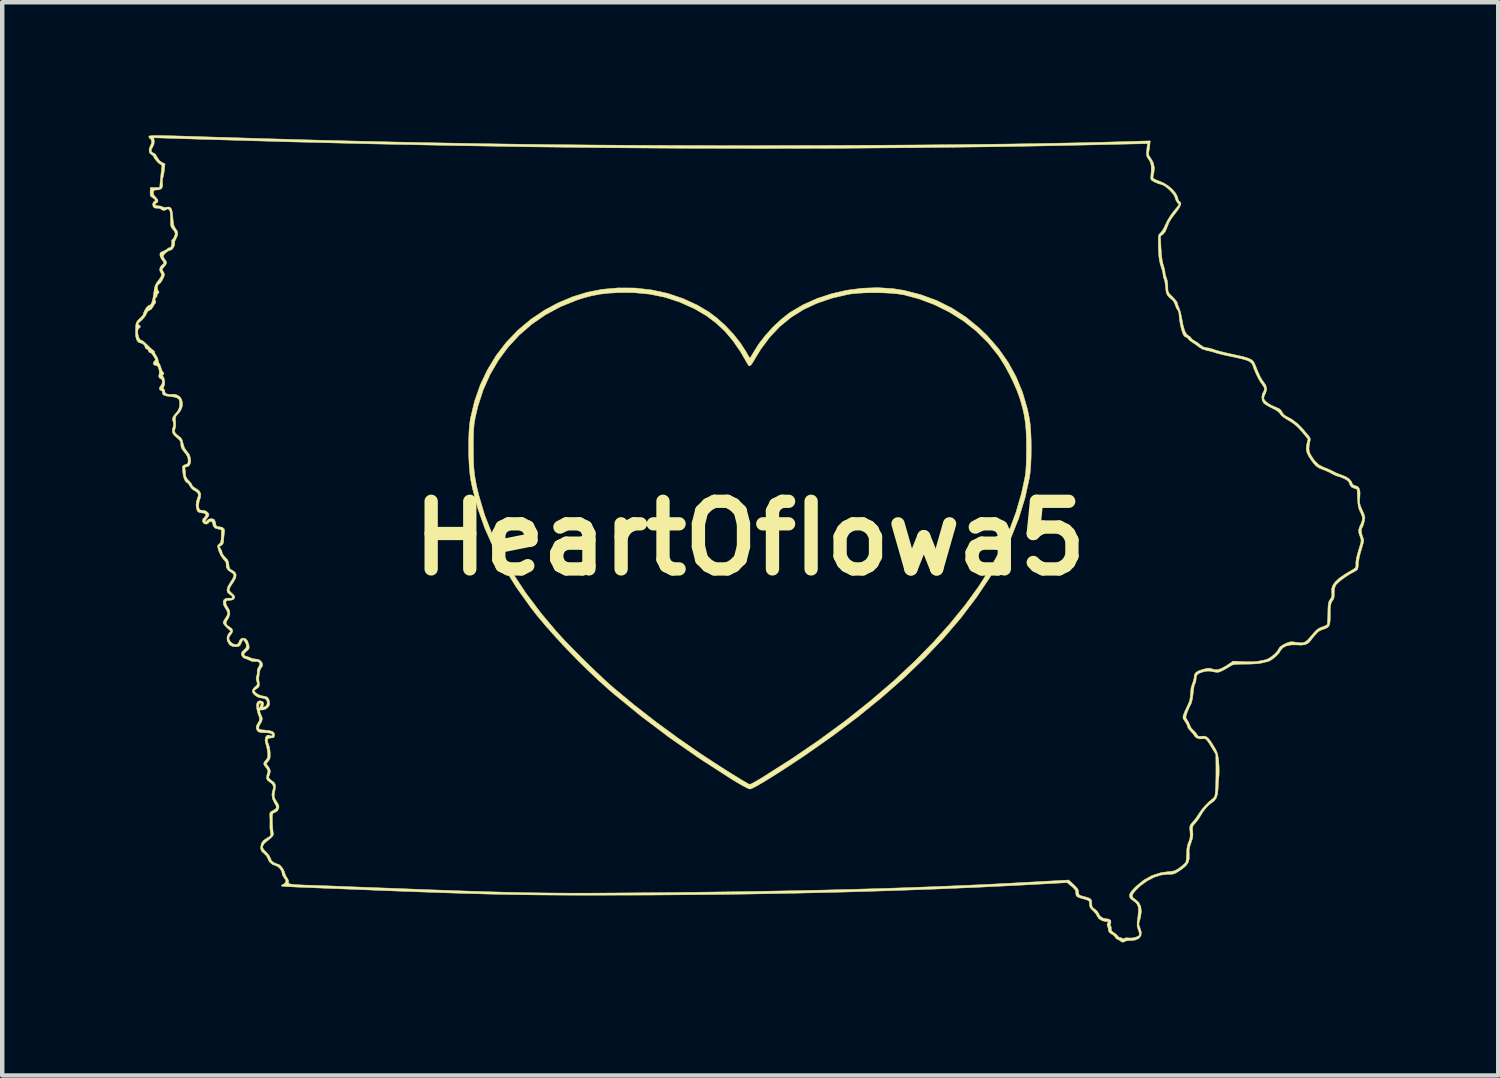
<source format=kicad_pcb>
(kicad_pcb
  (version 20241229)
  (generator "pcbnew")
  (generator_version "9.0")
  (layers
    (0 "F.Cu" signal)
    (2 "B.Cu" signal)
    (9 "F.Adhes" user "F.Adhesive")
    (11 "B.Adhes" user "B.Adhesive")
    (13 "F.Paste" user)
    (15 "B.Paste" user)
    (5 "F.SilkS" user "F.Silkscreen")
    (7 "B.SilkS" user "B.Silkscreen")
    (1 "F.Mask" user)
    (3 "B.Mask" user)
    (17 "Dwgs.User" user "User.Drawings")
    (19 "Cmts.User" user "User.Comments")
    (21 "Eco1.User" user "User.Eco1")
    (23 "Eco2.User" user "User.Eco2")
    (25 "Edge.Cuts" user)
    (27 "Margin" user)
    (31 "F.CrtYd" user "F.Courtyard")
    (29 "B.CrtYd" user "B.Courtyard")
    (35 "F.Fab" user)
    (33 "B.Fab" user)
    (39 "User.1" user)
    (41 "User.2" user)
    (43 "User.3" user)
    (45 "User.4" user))
  (footprint "HeartOfIowa5"
    (layer "F.Cu")
    (at 13.852 9.083)
    (property "Reference" "HeartOfIowa5" (at 0 0 0) (layer "F.SilkS") (effects (font (size 1.524 1.524) (thickness 0.3))))
    (attr through_hole)
    (fp_poly (pts (xy 3.224 -5.628) (xy 3.471 -5.589) (xy 3.856 -5.49) (xy 4.217 -5.357) (xy 4.556 -5.187) (xy 4.874 -4.981) (xy 5.172 -4.737) (xy 5.346 -4.569) (xy 5.601 -4.278) (xy 5.818 -3.97) (xy 5.999 -3.641) (xy 6.144 -3.291) (xy 6.253 -2.918) (xy 6.299 -2.699) (xy 6.317 -2.568) (xy 6.33 -2.406) (xy 6.338 -2.223) (xy 6.34 -2.029) (xy 6.338 -1.835) (xy 6.33 -1.652) (xy 6.317 -1.489) (xy 6.3 -1.365) (xy 6.2 -0.91) (xy 6.061 -0.459) (xy 5.883 -0.011) (xy 5.665 0.435) (xy 5.407 0.881) (xy 5.108 1.327) (xy 4.767 1.776) (xy 4.74 1.81) (xy 4.358 2.256) (xy 3.934 2.701) (xy 3.471 3.146) (xy 2.969 3.587) (xy 2.43 4.026) (xy 1.854 4.459) (xy 1.243 4.888) (xy 1.045 5.02) (xy 0.823 5.166) (xy 0.623 5.295) (xy 0.447 5.406) (xy 0.297 5.498) (xy 0.175 5.569) (xy 0.082 5.619) (xy 0.021 5.646) (xy -0.001 5.651) (xy -0.035 5.64) (xy -0.098 5.61) (xy -0.184 5.563) (xy -0.286 5.504) (xy -0.399 5.436) (xy -0.413 5.427) (xy -1.134 4.962) (xy -1.816 4.488) (xy -2.459 4.003) (xy -3.065 3.508) (xy -3.154 3.432) (xy -3.392 3.219) (xy -3.64 2.986) (xy -3.891 2.739) (xy -4.138 2.485) (xy -4.374 2.23) (xy -4.595 1.982) (xy -4.793 1.746) (xy -4.934 1.566) (xy -5.257 1.115) (xy -5.538 0.666) (xy -5.777 0.218) (xy -5.976 -0.23) (xy -6.135 -0.679) (xy -6.254 -1.13) (xy -6.291 -1.312) (xy -6.312 -1.461) (xy -6.327 -1.638) (xy -6.337 -1.834) (xy -6.34 -2.032) (xy -6.233 -2.032) (xy -6.231 -1.84) (xy -6.227 -1.68) (xy -6.218 -1.54) (xy -6.203 -1.411) (xy -6.181 -1.281) (xy -6.152 -1.14) (xy -6.112 -0.977) (xy -6.106 -0.952) (xy -5.977 -0.519) (xy -5.805 -0.083) (xy -5.593 0.356) (xy -5.339 0.797) (xy -5.045 1.241) (xy -4.71 1.685) (xy -4.366 2.095) (xy -4.253 2.219) (xy -4.116 2.365) (xy -3.96 2.524) (xy -3.794 2.691) (xy -3.623 2.859) (xy -3.454 3.021) (xy -3.295 3.171) (xy -3.153 3.301) (xy -3.069 3.374) (xy -2.616 3.75) (xy -2.134 4.126) (xy -1.634 4.493) (xy -1.13 4.843) (xy -1.122 4.848) (xy -0.975 4.945) (xy -0.824 5.044) (xy -0.674 5.141) (xy -0.528 5.234) (xy -0.391 5.32) (xy -0.268 5.395) (xy -0.163 5.459) (xy -0.081 5.507) (xy -0.026 5.537) (xy -0.002 5.546) (xy 0.026 5.535) (xy 0.082 5.506) (xy 0.16 5.462) (xy 0.252 5.408) (xy 0.287 5.386) (xy 0.941 4.97) (xy 1.566 4.543) (xy 2.159 4.107) (xy 2.718 3.663) (xy 3.24 3.215) (xy 3.712 2.773) (xy 4.133 2.344) (xy 4.513 1.92) (xy 4.854 1.501) (xy 5.156 1.085) (xy 5.42 0.669) (xy 5.648 0.253) (xy 5.84 -0.165) (xy 5.997 -0.588) (xy 6.121 -1.016) (xy 6.195 -1.355) (xy 6.209 -1.442) (xy 6.219 -1.537) (xy 6.226 -1.649) (xy 6.23 -1.784) (xy 6.232 -1.95) (xy 6.233 -2.032) (xy 6.231 -2.253) (xy 6.223 -2.442) (xy 6.207 -2.61) (xy 6.184 -2.765) (xy 6.15 -2.919) (xy 6.105 -3.081) (xy 6.074 -3.18) (xy 6.013 -3.344) (xy 5.933 -3.527) (xy 5.839 -3.717) (xy 5.739 -3.9) (xy 5.638 -4.062) (xy 5.594 -4.127) (xy 5.366 -4.41) (xy 5.106 -4.667) (xy 4.817 -4.896) (xy 4.503 -5.095) (xy 4.166 -5.263) (xy 3.811 -5.397) (xy 3.48 -5.486) (xy 3.349 -5.507) (xy 3.187 -5.523) (xy 3.005 -5.533) (xy 2.814 -5.536) (xy 2.623 -5.534) (xy 2.445 -5.525) (xy 2.289 -5.51) (xy 2.207 -5.497) (xy 1.841 -5.411) (xy 1.506 -5.296) (xy 1.201 -5.153) (xy 0.925 -4.979) (xy 0.675 -4.775) (xy 0.45 -4.538) (xy 0.249 -4.269) (xy 0.126 -4.068) (xy 0.071 -3.975) (xy 0.031 -3.916) (xy 0.000472 -3.888) (xy -0.023 -3.889) (xy -0.044 -3.915) (xy -0.045 -3.917) (xy -0.21 -4.203) (xy -0.381 -4.451) (xy -0.563 -4.666) (xy -0.761 -4.852) (xy -0.978 -5.015) (xy -1.22 -5.158) (xy -1.262 -5.18) (xy -1.585 -5.325) (xy -1.915 -5.433) (xy -2.255 -5.503) (xy -2.612 -5.537) (xy -2.942 -5.539) (xy -3.174 -5.526) (xy -3.379 -5.503) (xy -3.571 -5.466) (xy -3.765 -5.414) (xy -3.917 -5.364) (xy -4.275 -5.218) (xy -4.609 -5.038) (xy -4.916 -4.826) (xy -5.196 -4.584) (xy -5.447 -4.313) (xy -5.668 -4.015) (xy -5.856 -3.693) (xy -6.011 -3.347) (xy -6.13 -2.98) (xy -6.185 -2.746) (xy -6.202 -2.66) (xy -6.214 -2.58) (xy -6.222 -2.498) (xy -6.228 -2.405) (xy -6.231 -2.292) (xy -6.233 -2.152) (xy -6.233 -2.032) (xy -6.34 -2.032) (xy -6.34 -2.038) (xy -6.338 -2.24) (xy -6.33 -2.429) (xy -6.315 -2.594) (xy -6.3 -2.699) (xy -6.208 -3.085) (xy -6.08 -3.452) (xy -5.916 -3.798) (xy -5.719 -4.121) (xy -5.49 -4.419) (xy -5.229 -4.691) (xy -4.939 -4.935) (xy -4.622 -5.147) (xy -4.329 -5.304) (xy -3.997 -5.444) (xy -3.667 -5.546) (xy -3.329 -5.612) (xy -2.974 -5.644) (xy -2.594 -5.642) (xy -2.221 -5.6) (xy -1.859 -5.522) (xy -1.513 -5.406) (xy -1.184 -5.255) (xy -0.931 -5.105) (xy -0.74 -4.962) (xy -0.55 -4.791) (xy -0.373 -4.601) (xy -0.216 -4.404) (xy -0.089 -4.208) (xy -0.08 -4.19) (xy -0.044 -4.127) (xy -0.015 -4.082) (xy -0.000095 -4.065) (xy 0 -4.065) (xy 0.015 -4.082) (xy 0.043 -4.126) (xy 0.079 -4.188) (xy 0.198 -4.379) (xy 0.349 -4.573) (xy 0.519 -4.761) (xy 0.701 -4.932) (xy 0.885 -5.077) (xy 0.912 -5.095) (xy 1.196 -5.263) (xy 1.507 -5.403) (xy 1.837 -5.512) (xy 2.18 -5.591) (xy 2.53 -5.637) (xy 2.88 -5.65) (xy 3.224 -5.628)) (stroke (width 0.01) (type solid)) (fill yes) (layer "F.SilkS"))
    (fp_poly (pts (xy -13.323 -9.078) (xy -13.226 -9.077) (xy -13.104 -9.074) (xy -12.954 -9.07) (xy -12.774 -9.065) (xy -12.561 -9.058) (xy -12.311 -9.05) (xy -12.023 -9.041) (xy -11.949 -9.039) (xy -10.938 -9.008) (xy -9.954 -8.98) (xy -8.992 -8.955) (xy -8.045 -8.933) (xy -7.11 -8.914) (xy -6.18 -8.897) (xy -5.251 -8.883) (xy -4.317 -8.872) (xy -3.372 -8.863) (xy -2.411 -8.857) (xy -1.43 -8.853) (xy -0.423 -8.851) (xy 0.616 -8.852) (xy 1.692 -8.855) (xy 1.736 -8.855) (xy 2.516 -8.858) (xy 3.257 -8.862) (xy 3.959 -8.867) (xy 4.625 -8.873) (xy 5.256 -8.88) (xy 5.856 -8.887) (xy 6.426 -8.896) (xy 6.967 -8.906) (xy 7.483 -8.916) (xy 7.975 -8.928) (xy 8.445 -8.941) (xy 8.549 -8.944) (xy 9.023 -8.958) (xy 9.011 -8.845) (xy 9.002 -8.772) (xy 8.991 -8.711) (xy 8.986 -8.688) (xy 8.988 -8.642) (xy 9.024 -8.58) (xy 9.036 -8.565) (xy 9.093 -8.462) (xy 9.117 -8.347) (xy 9.105 -8.235) (xy 9.102 -8.224) (xy 9.088 -8.167) (xy 9.086 -8.125) (xy 9.087 -8.12) (xy 9.112 -8.099) (xy 9.164 -8.074) (xy 9.217 -8.055) (xy 9.328 -8.008) (xy 9.434 -7.94) (xy 9.526 -7.86) (xy 9.598 -7.774) (xy 9.641 -7.69) (xy 9.651 -7.638) (xy 9.669 -7.601) (xy 9.684 -7.591) (xy 9.712 -7.564) (xy 9.709 -7.515) (xy 9.673 -7.443) (xy 9.605 -7.347) (xy 9.581 -7.317) (xy 9.499 -7.209) (xy 9.443 -7.115) (xy 9.408 -7.024) (xy 9.408 -7.024) (xy 9.367 -6.922) (xy 9.318 -6.859) (xy 9.311 -6.853) (xy 9.253 -6.81) (xy 9.265 -6.543) (xy 9.277 -6.374) (xy 9.296 -6.242) (xy 9.317 -6.161) (xy 9.339 -6.087) (xy 9.353 -6.019) (xy 9.356 -5.989) (xy 9.366 -5.928) (xy 9.387 -5.871) (xy 9.406 -5.813) (xy 9.417 -5.73) (xy 9.419 -5.677) (xy 9.42 -5.606) (xy 9.429 -5.559) (xy 9.451 -5.519) (xy 9.493 -5.473) (xy 9.525 -5.442) (xy 9.578 -5.387) (xy 9.616 -5.34) (xy 9.631 -5.312) (xy 9.631 -5.312) (xy 9.639 -5.276) (xy 9.66 -5.221) (xy 9.67 -5.198) (xy 9.693 -5.132) (xy 9.717 -5.044) (xy 9.734 -4.956) (xy 9.764 -4.798) (xy 9.798 -4.681) (xy 9.837 -4.606) (xy 9.878 -4.571) (xy 9.921 -4.544) (xy 9.941 -4.519) (xy 9.967 -4.487) (xy 10.015 -4.454) (xy 10.02 -4.452) (xy 10.08 -4.415) (xy 10.144 -4.367) (xy 10.155 -4.357) (xy 10.224 -4.313) (xy 10.287 -4.297) (xy 10.343 -4.289) (xy 10.416 -4.269) (xy 10.453 -4.256) (xy 10.509 -4.238) (xy 10.597 -4.214) (xy 10.707 -4.186) (xy 10.83 -4.158) (xy 10.912 -4.14) (xy 11.057 -4.109) (xy 11.166 -4.081) (xy 11.246 -4.055) (xy 11.302 -4.027) (xy 11.341 -3.994) (xy 11.368 -3.954) (xy 11.388 -3.908) (xy 11.449 -3.757) (xy 11.503 -3.639) (xy 11.551 -3.558) (xy 11.571 -3.533) (xy 11.629 -3.447) (xy 11.648 -3.361) (xy 11.625 -3.278) (xy 11.619 -3.267) (xy 11.592 -3.209) (xy 11.581 -3.157) (xy 11.582 -3.15) (xy 11.607 -3.104) (xy 11.664 -3.053) (xy 11.746 -3.002) (xy 11.845 -2.958) (xy 11.859 -2.953) (xy 11.93 -2.921) (xy 11.973 -2.883) (xy 11.992 -2.847) (xy 12.036 -2.785) (xy 12.084 -2.753) (xy 12.219 -2.68) (xy 12.351 -2.579) (xy 12.461 -2.465) (xy 12.516 -2.399) (xy 12.566 -2.34) (xy 12.6 -2.302) (xy 12.602 -2.301) (xy 12.63 -2.248) (xy 12.627 -2.205) (xy 12.605 -2.094) (xy 12.6 -2.011) (xy 12.611 -1.944) (xy 12.632 -1.893) (xy 12.719 -1.758) (xy 12.821 -1.659) (xy 12.935 -1.599) (xy 12.937 -1.599) (xy 13.02 -1.567) (xy 13.103 -1.53) (xy 13.134 -1.514) (xy 13.209 -1.476) (xy 13.287 -1.444) (xy 13.303 -1.439) (xy 13.427 -1.391) (xy 13.513 -1.336) (xy 13.56 -1.274) (xy 13.564 -1.261) (xy 13.587 -1.211) (xy 13.629 -1.19) (xy 13.638 -1.189) (xy 13.699 -1.168) (xy 13.736 -1.119) (xy 13.752 -1.039) (xy 13.748 -0.933) (xy 13.742 -0.853) (xy 13.744 -0.794) (xy 13.758 -0.738) (xy 13.787 -0.668) (xy 13.802 -0.636) (xy 13.836 -0.558) (xy 13.855 -0.505) (xy 13.86 -0.46) (xy 13.853 -0.41) (xy 13.845 -0.37) (xy 13.827 -0.305) (xy 13.809 -0.257) (xy 13.799 -0.243) (xy 13.783 -0.21) (xy 13.782 -0.151) (xy 13.796 -0.079) (xy 13.812 -0.032) (xy 13.829 0.014) (xy 13.834 0.055) (xy 13.825 0.104) (xy 13.804 0.177) (xy 13.761 0.322) (xy 13.732 0.44) (xy 13.716 0.541) (xy 13.711 0.603) (xy 13.705 0.668) (xy 13.69 0.706) (xy 13.656 0.733) (xy 13.621 0.751) (xy 13.531 0.801) (xy 13.436 0.861) (xy 13.346 0.925) (xy 13.27 0.986) (xy 13.217 1.037) (xy 13.202 1.057) (xy 13.175 1.135) (xy 13.17 1.236) (xy 13.167 1.325) (xy 13.148 1.381) (xy 13.142 1.39) (xy 13.114 1.428) (xy 13.096 1.472) (xy 13.085 1.531) (xy 13.08 1.614) (xy 13.08 1.73) (xy 13.08 1.73) (xy 13.078 1.845) (xy 13.069 1.926) (xy 13.047 1.981) (xy 13.01 2.016) (xy 12.953 2.041) (xy 12.917 2.052) (xy 12.854 2.076) (xy 12.806 2.106) (xy 12.8 2.111) (xy 12.736 2.182) (xy 12.692 2.233) (xy 12.66 2.275) (xy 12.645 2.296) (xy 12.59 2.358) (xy 12.519 2.395) (xy 12.424 2.407) (xy 12.331 2.403) (xy 12.205 2.402) (xy 12.097 2.423) (xy 12.015 2.463) (xy 11.964 2.52) (xy 11.958 2.532) (xy 11.923 2.588) (xy 11.863 2.652) (xy 11.792 2.712) (xy 11.721 2.758) (xy 11.675 2.777) (xy 11.61 2.792) (xy 11.536 2.81) (xy 11.525 2.813) (xy 11.471 2.822) (xy 11.387 2.829) (xy 11.283 2.834) (xy 11.17 2.836) (xy 11.165 2.836) (xy 11.049 2.837) (xy 10.967 2.84) (xy 10.91 2.846) (xy 10.869 2.857) (xy 10.837 2.873) (xy 10.827 2.88) (xy 10.77 2.915) (xy 10.697 2.957) (xy 10.659 2.977) (xy 10.596 3.007) (xy 10.548 3.02) (xy 10.495 3.017) (xy 10.436 3.006) (xy 10.355 2.993) (xy 10.288 2.994) (xy 10.209 3.012) (xy 10.199 3.015) (xy 10.122 3.043) (xy 10.078 3.078) (xy 10.059 3.13) (xy 10.054 3.197) (xy 10.045 3.248) (xy 10.03 3.276) (xy 10.017 3.306) (xy 10.005 3.369) (xy 9.994 3.451) (xy 9.99 3.491) (xy 9.973 3.622) (xy 9.949 3.715) (xy 9.932 3.751) (xy 9.9 3.813) (xy 9.867 3.892) (xy 9.853 3.929) (xy 9.832 3.993) (xy 9.826 4.032) (xy 9.835 4.063) (xy 9.859 4.1) (xy 9.894 4.16) (xy 9.917 4.218) (xy 9.918 4.219) (xy 9.944 4.272) (xy 9.989 4.322) (xy 9.99 4.324) (xy 10.039 4.371) (xy 10.074 4.42) (xy 10.075 4.421) (xy 10.098 4.454) (xy 10.133 4.464) (xy 10.182 4.46) (xy 10.238 4.458) (xy 10.284 4.47) (xy 10.329 4.504) (xy 10.377 4.564) (xy 10.436 4.655) (xy 10.447 4.672) (xy 10.495 4.754) (xy 10.526 4.819) (xy 10.545 4.883) (xy 10.558 4.96) (xy 10.566 5.038) (xy 10.574 5.144) (xy 10.576 5.252) (xy 10.573 5.342) (xy 10.571 5.366) (xy 10.562 5.458) (xy 10.555 5.566) (xy 10.552 5.641) (xy 10.54 5.766) (xy 10.509 5.858) (xy 10.458 5.924) (xy 10.41 5.957) (xy 10.348 6.003) (xy 10.278 6.077) (xy 10.21 6.164) (xy 10.155 6.255) (xy 10.151 6.261) (xy 10.115 6.32) (xy 10.064 6.387) (xy 10.041 6.414) (xy 9.997 6.465) (xy 9.977 6.506) (xy 9.975 6.554) (xy 9.98 6.608) (xy 9.985 6.684) (xy 9.976 6.755) (xy 9.95 6.84) (xy 9.943 6.858) (xy 9.912 6.954) (xy 9.899 7.037) (xy 9.901 7.127) (xy 9.901 7.225) (xy 9.879 7.304) (xy 9.832 7.374) (xy 9.753 7.443) (xy 9.69 7.487) (xy 9.618 7.533) (xy 9.564 7.559) (xy 9.512 7.571) (xy 9.445 7.573) (xy 9.419 7.572) (xy 9.27 7.588) (xy 9.112 7.638) (xy 8.955 7.719) (xy 8.807 7.826) (xy 8.758 7.871) (xy 8.679 7.952) (xy 8.632 8.013) (xy 8.618 8.06) (xy 8.633 8.098) (xy 8.677 8.132) (xy 8.678 8.132) (xy 8.76 8.201) (xy 8.809 8.294) (xy 8.823 8.41) (xy 8.803 8.546) (xy 8.791 8.586) (xy 8.772 8.653) (xy 8.767 8.698) (xy 8.776 8.74) (xy 8.793 8.78) (xy 8.822 8.878) (xy 8.813 8.958) (xy 8.768 9.017) (xy 8.689 9.054) (xy 8.584 9.065) (xy 8.517 9.068) (xy 8.469 9.076) (xy 8.454 9.084) (xy 8.429 9.098) (xy 8.392 9.101) (xy 8.364 9.092) (xy 8.361 9.085) (xy 8.343 9.067) (xy 8.3 9.046) (xy 8.297 9.045) (xy 8.253 9.02) (xy 8.234 8.994) (xy 8.234 8.992) (xy 8.217 8.966) (xy 8.174 8.932) (xy 8.154 8.921) (xy 8.098 8.881) (xy 8.08 8.842) (xy 8.08 8.836) (xy 8.074 8.785) (xy 8.061 8.748) (xy 8.048 8.702) (xy 8.064 8.668) (xy 8.076 8.647) (xy 8.06 8.638) (xy 8.017 8.636) (xy 7.938 8.619) (xy 7.869 8.576) (xy 7.825 8.515) (xy 7.82 8.503) (xy 7.796 8.461) (xy 7.751 8.41) (xy 7.729 8.389) (xy 7.679 8.339) (xy 7.656 8.293) (xy 7.652 8.243) (xy 7.65 8.2) (xy 7.639 8.173) (xy 7.608 8.155) (xy 7.55 8.136) (xy 7.525 8.129) (xy 7.438 8.104) (xy 7.385 8.083) (xy 7.357 8.059) (xy 7.346 8.026) (xy 7.345 7.992) (xy 7.339 7.945) (xy 7.315 7.904) (xy 7.265 7.856) (xy 7.246 7.841) (xy 7.148 7.76) (xy 6.077 7.818) (xy 5.147 7.864) (xy 4.178 7.905) (xy 3.174 7.941) (xy 2.137 7.972) (xy 1.072 7.997) (xy -0.018 8.017) (xy -1.13 8.031) (xy -2.261 8.04) (xy -3.406 8.043) (xy -3.461 8.043) (xy -3.804 8.043) (xy -4.127 8.042) (xy -4.435 8.04) (xy -4.731 8.038) (xy -5.021 8.034) (xy -5.308 8.03) (xy -5.598 8.024) (xy -5.894 8.018) (xy -6.201 8.009) (xy -6.524 8) (xy -6.867 7.989) (xy -7.234 7.976) (xy -7.63 7.962) (xy -8.059 7.946) (xy -8.526 7.928) (xy -8.53 7.927) (xy -8.869 7.914) (xy -9.167 7.902) (xy -9.428 7.892) (xy -9.655 7.883) (xy -9.849 7.875) (xy -10.013 7.868) (xy -10.15 7.863) (xy -10.262 7.858) (xy -10.351 7.853) (xy -10.421 7.85) (xy -10.473 7.847) (xy -10.511 7.844) (xy -10.536 7.841) (xy -10.551 7.839) (xy -10.559 7.837) (xy -10.562 7.834) (xy -10.562 7.832) (xy -10.545 7.813) (xy -10.509 7.793) (xy -10.466 7.756) (xy -10.461 7.708) (xy -10.494 7.656) (xy -10.499 7.652) (xy -10.531 7.604) (xy -10.541 7.562) (xy -10.559 7.493) (xy -10.603 7.43) (xy -10.662 7.388) (xy -10.684 7.381) (xy -10.764 7.349) (xy -10.829 7.293) (xy -10.864 7.225) (xy -10.865 7.22) (xy -10.894 7.161) (xy -10.949 7.104) (xy -10.953 7.101) (xy -11.003 7.056) (xy -11.024 7.011) (xy -11.028 6.966) (xy -11.013 6.879) (xy -10.965 6.81) (xy -10.879 6.752) (xy -10.876 6.75) (xy -10.824 6.721) (xy -10.801 6.696) (xy -10.8 6.659) (xy -10.806 6.629) (xy -10.816 6.563) (xy -10.819 6.507) (xy -10.819 6.503) (xy -10.817 6.356) (xy -10.822 6.245) (xy -10.821 6.195) (xy -10.802 6.164) (xy -10.754 6.137) (xy -10.747 6.133) (xy -10.693 6.101) (xy -10.672 6.066) (xy -10.684 6.018) (xy -10.721 5.956) (xy -10.761 5.869) (xy -10.774 5.775) (xy -10.759 5.688) (xy -10.751 5.669) (xy -10.737 5.604) (xy -10.762 5.543) (xy -10.816 5.499) (xy -10.873 5.456) (xy -10.896 5.407) (xy -10.887 5.338) (xy -10.88 5.313) (xy -10.864 5.257) (xy -10.869 5.219) (xy -10.898 5.177) (xy -10.908 5.164) (xy -10.948 5.113) (xy -10.96 5.077) (xy -10.945 5.041) (xy -10.912 5) (xy -10.881 4.957) (xy -10.868 4.914) (xy -10.869 4.853) (xy -10.872 4.824) (xy -10.884 4.741) (xy -10.903 4.66) (xy -10.913 4.631) (xy -10.929 4.556) (xy -10.922 4.493) (xy -10.897 4.449) (xy -10.856 4.433) (xy -10.819 4.443) (xy -10.779 4.455) (xy -10.762 4.441) (xy -10.777 4.41) (xy -10.815 4.392) (xy -10.89 4.382) (xy -10.932 4.381) (xy -11.015 4.378) (xy -11.067 4.366) (xy -11.099 4.343) (xy -11.13 4.282) (xy -11.12 4.216) (xy -11.091 4.17) (xy -11.054 4.099) (xy -11.058 4.03) (xy -11.071 4) (xy -11.087 3.956) (xy -11.105 3.889) (xy -11.113 3.851) (xy -11.119 3.785) (xy -11.069 3.785) (xy -11.069 3.842) (xy -11.04 3.789) (xy -11.022 3.746) (xy -11.021 3.72) (xy -11.041 3.71) (xy -11.059 3.731) (xy -11.069 3.774) (xy -11.069 3.785) (xy -11.119 3.785) (xy -11.122 3.755) (xy -11.105 3.693) (xy -11.064 3.664) (xy -11.042 3.662) (xy -10.984 3.675) (xy -10.959 3.713) (xy -10.965 3.76) (xy -10.976 3.799) (xy -10.964 3.807) (xy -10.921 3.788) (xy -10.921 3.788) (xy -10.888 3.75) (xy -10.879 3.696) (xy -10.895 3.644) (xy -10.921 3.62) (xy -10.974 3.603) (xy -11.019 3.598) (xy -11.078 3.584) (xy -11.139 3.55) (xy -11.19 3.504) (xy -11.217 3.457) (xy -11.218 3.445) (xy -11.203 3.403) (xy -11.165 3.356) (xy -11.154 3.346) (xy -11.114 3.308) (xy -11.101 3.277) (xy -11.112 3.236) (xy -11.116 3.224) (xy -11.131 3.16) (xy -11.118 3.105) (xy -11.118 3.105) (xy -11.104 3.048) (xy -11.106 3.006) (xy -11.101 2.95) (xy -11.074 2.901) (xy -11.047 2.842) (xy -11.056 2.799) (xy -11.097 2.776) (xy -11.145 2.778) (xy -11.219 2.774) (xy -11.28 2.75) (xy -11.334 2.724) (xy -11.373 2.71) (xy -11.379 2.709) (xy -11.41 2.695) (xy -11.439 2.669) (xy -11.464 2.615) (xy -11.45 2.56) (xy -11.397 2.51) (xy -11.355 2.46) (xy -11.349 2.398) (xy -11.382 2.331) (xy -11.385 2.326) (xy -11.425 2.277) (xy -11.465 2.361) (xy -11.493 2.413) (xy -11.523 2.437) (xy -11.57 2.443) (xy -11.598 2.443) (xy -11.669 2.434) (xy -11.717 2.407) (xy -11.741 2.383) (xy -11.781 2.309) (xy -11.787 2.229) (xy -11.758 2.156) (xy -11.745 2.14) (xy -11.701 2.093) (xy -11.788 2.013) (xy -11.836 1.963) (xy -11.867 1.921) (xy -11.874 1.902) (xy -11.863 1.866) (xy -11.833 1.815) (xy -11.822 1.799) (xy -11.78 1.73) (xy -11.773 1.67) (xy -11.801 1.608) (xy -11.822 1.579) (xy -11.864 1.502) (xy -11.874 1.434) (xy -11.854 1.381) (xy -11.806 1.35) (xy -11.737 1.348) (xy -11.682 1.349) (xy -11.662 1.33) (xy -11.678 1.299) (xy -11.726 1.263) (xy -11.775 1.219) (xy -11.788 1.163) (xy -11.768 1.089) (xy -11.719 1.005) (xy -11.665 0.921) (xy -11.636 0.862) (xy -11.632 0.822) (xy -11.65 0.793) (xy -11.678 0.776) (xy -11.759 0.72) (xy -11.801 0.657) (xy -11.805 0.601) (xy -11.806 0.555) (xy -11.832 0.509) (xy -11.864 0.475) (xy -11.919 0.401) (xy -11.964 0.305) (xy -11.971 0.285) (xy -11.991 0.218) (xy -11.998 0.178) (xy -11.991 0.155) (xy -11.97 0.135) (xy -11.963 0.13) (xy -11.932 0.092) (xy -11.919 0.035) (xy -11.917 0) (xy -11.916 -0.072) (xy -11.912 -0.135) (xy -11.911 -0.148) (xy -11.913 -0.184) (xy -11.937 -0.201) (xy -11.98 -0.208) (xy -12.055 -0.229) (xy -12.097 -0.278) (xy -12.107 -0.332) (xy -12.122 -0.37) (xy -12.156 -0.382) (xy -12.189 -0.366) (xy -12.2 -0.348) (xy -12.231 -0.323) (xy -12.271 -0.321) (xy -12.319 -0.343) (xy -12.339 -0.385) (xy -12.33 -0.435) (xy -12.296 -0.473) (xy -12.262 -0.511) (xy -12.267 -0.545) (xy -12.306 -0.567) (xy -12.347 -0.572) (xy -12.404 -0.58) (xy -12.444 -0.601) (xy -12.445 -0.602) (xy -12.474 -0.665) (xy -12.484 -0.749) (xy -12.473 -0.839) (xy -12.455 -0.892) (xy -12.432 -0.965) (xy -12.442 -1.018) (xy -12.489 -1.059) (xy -12.524 -1.077) (xy -12.579 -1.117) (xy -12.622 -1.175) (xy -12.623 -1.177) (xy -12.65 -1.224) (xy -12.674 -1.248) (xy -12.678 -1.249) (xy -12.709 -1.268) (xy -12.74 -1.316) (xy -12.765 -1.383) (xy -12.777 -1.445) (xy -12.784 -1.515) (xy -12.789 -1.577) (xy -12.79 -1.587) (xy -12.786 -1.627) (xy -12.755 -1.651) (xy -12.728 -1.66) (xy -12.684 -1.678) (xy -12.665 -1.706) (xy -12.662 -1.759) (xy -12.662 -1.762) (xy -12.67 -1.823) (xy -12.699 -1.881) (xy -12.745 -1.94) (xy -12.796 -2.006) (xy -12.821 -2.061) (xy -12.827 -2.116) (xy -12.832 -2.17) (xy -12.853 -2.211) (xy -12.899 -2.255) (xy -12.914 -2.266) (xy -12.983 -2.33) (xy -13.017 -2.388) (xy -13.019 -2.448) (xy -13.005 -2.493) (xy -12.988 -2.567) (xy -12.997 -2.616) (xy -13.014 -2.673) (xy -13.01 -2.719) (xy -12.982 -2.767) (xy -12.94 -2.816) (xy -12.888 -2.884) (xy -12.861 -2.951) (xy -12.854 -3.001) (xy -12.852 -3.08) (xy -12.87 -3.133) (xy -12.912 -3.166) (xy -12.985 -3.186) (xy -13.058 -3.195) (xy -13.158 -3.209) (xy -13.22 -3.232) (xy -13.245 -3.265) (xy -13.241 -3.295) (xy -13.251 -3.319) (xy -13.273 -3.33) (xy -13.308 -3.355) (xy -13.308 -3.396) (xy -13.276 -3.446) (xy -13.274 -3.448) (xy -13.25 -3.49) (xy -13.244 -3.539) (xy -13.255 -3.581) (xy -13.282 -3.598) (xy -13.282 -3.598) (xy -13.313 -3.616) (xy -13.326 -3.656) (xy -13.317 -3.697) (xy -13.311 -3.738) (xy -13.318 -3.798) (xy -13.322 -3.812) (xy -13.342 -3.868) (xy -13.369 -3.892) (xy -13.39 -3.895) (xy -13.435 -3.91) (xy -13.45 -3.945) (xy -13.43 -3.987) (xy -13.429 -3.988) (xy -13.407 -4.012) (xy -13.402 -4.035) (xy -13.417 -4.067) (xy -13.451 -4.119) (xy -13.483 -4.162) (xy -13.502 -4.182) (xy -13.504 -4.181) (xy -13.517 -4.179) (xy -13.536 -4.191) (xy -13.557 -4.22) (xy -13.557 -4.233) (xy -13.566 -4.251) (xy -13.589 -4.261) (xy -13.624 -4.285) (xy -13.631 -4.308) (xy -13.649 -4.353) (xy -13.692 -4.389) (xy -13.738 -4.402) (xy -13.788 -4.423) (xy -13.825 -4.477) (xy -13.845 -4.557) (xy -13.847 -4.601) (xy -13.847 -4.652) (xy -13.798 -4.652) (xy -13.791 -4.588) (xy -13.773 -4.526) (xy -13.747 -4.481) (xy -13.719 -4.466) (xy -13.687 -4.452) (xy -13.638 -4.413) (xy -13.58 -4.358) (xy -13.572 -4.35) (xy -13.516 -4.294) (xy -13.47 -4.253) (xy -13.443 -4.234) (xy -13.44 -4.233) (xy -13.422 -4.216) (xy -13.42 -4.2) (xy -13.407 -4.16) (xy -13.377 -4.112) (xy -13.377 -4.112) (xy -13.347 -4.059) (xy -13.335 -4.009) (xy -13.328 -3.967) (xy -13.317 -3.949) (xy -13.301 -3.924) (xy -13.281 -3.872) (xy -13.272 -3.842) (xy -13.252 -3.786) (xy -13.234 -3.751) (xy -13.226 -3.747) (xy -13.21 -3.729) (xy -13.208 -3.715) (xy -13.221 -3.687) (xy -13.232 -3.683) (xy -13.24 -3.671) (xy -13.222 -3.644) (xy -13.198 -3.595) (xy -13.188 -3.527) (xy -13.192 -3.46) (xy -13.212 -3.411) (xy -13.213 -3.409) (xy -13.229 -3.384) (xy -13.213 -3.372) (xy -13.193 -3.345) (xy -13.187 -3.312) (xy -13.178 -3.275) (xy -13.145 -3.255) (xy -13.114 -3.248) (xy -13.06 -3.242) (xy -13.024 -3.245) (xy -13.022 -3.246) (xy -12.991 -3.249) (xy -12.938 -3.24) (xy -12.924 -3.236) (xy -12.853 -3.198) (xy -12.808 -3.133) (xy -12.789 -3.052) (xy -12.796 -2.964) (xy -12.831 -2.877) (xy -12.882 -2.813) (xy -12.926 -2.768) (xy -12.946 -2.73) (xy -12.949 -2.682) (xy -12.944 -2.633) (xy -12.941 -2.546) (xy -12.952 -2.478) (xy -12.955 -2.472) (xy -12.968 -2.419) (xy -12.952 -2.374) (xy -12.902 -2.326) (xy -12.871 -2.303) (xy -12.825 -2.265) (xy -12.796 -2.218) (xy -12.777 -2.146) (xy -12.775 -2.138) (xy -12.743 -2.036) (xy -12.691 -1.962) (xy -12.687 -1.958) (xy -12.637 -1.891) (xy -12.61 -1.815) (xy -12.603 -1.739) (xy -12.616 -1.674) (xy -12.65 -1.627) (xy -12.703 -1.609) (xy -12.706 -1.609) (xy -12.735 -1.599) (xy -12.734 -1.575) (xy -12.726 -1.533) (xy -12.721 -1.471) (xy -12.721 -1.458) (xy -12.714 -1.396) (xy -12.687 -1.344) (xy -12.647 -1.3) (xy -12.604 -1.252) (xy -12.577 -1.211) (xy -12.573 -1.197) (xy -12.556 -1.17) (xy -12.512 -1.139) (xy -12.494 -1.129) (xy -12.416 -1.075) (xy -12.378 -1.009) (xy -12.381 -0.931) (xy -12.392 -0.898) (xy -12.414 -0.825) (xy -12.424 -0.75) (xy -12.42 -0.685) (xy -12.403 -0.646) (xy -12.398 -0.642) (xy -12.356 -0.631) (xy -12.334 -0.632) (xy -12.283 -0.624) (xy -12.232 -0.595) (xy -12.198 -0.555) (xy -12.192 -0.532) (xy -12.207 -0.489) (xy -12.234 -0.455) (xy -12.266 -0.414) (xy -12.276 -0.383) (xy -12.269 -0.366) (xy -12.25 -0.385) (xy -12.241 -0.397) (xy -12.197 -0.432) (xy -12.139 -0.445) (xy -12.087 -0.432) (xy -12.069 -0.418) (xy -12.051 -0.379) (xy -12.04 -0.329) (xy -12.029 -0.284) (xy -12.001 -0.266) (xy -11.964 -0.262) (xy -11.887 -0.247) (xy -11.846 -0.209) (xy -11.84 -0.149) (xy -11.842 -0.139) (xy -11.851 -0.077) (xy -11.858 0.001) (xy -11.86 0.029) (xy -11.865 0.095) (xy -11.882 0.134) (xy -11.921 0.165) (xy -11.956 0.184) (xy -11.951 0.202) (xy -11.93 0.236) (xy -11.904 0.286) (xy -11.896 0.323) (xy -11.881 0.36) (xy -11.844 0.408) (xy -11.823 0.43) (xy -11.773 0.485) (xy -11.749 0.543) (xy -11.743 0.593) (xy -11.735 0.655) (xy -11.715 0.691) (xy -11.675 0.717) (xy -11.673 0.717) (xy -11.607 0.762) (xy -11.579 0.817) (xy -11.587 0.886) (xy -11.632 0.974) (xy -11.641 0.986) (xy -11.694 1.066) (xy -11.725 1.12) (xy -11.735 1.157) (xy -11.725 1.187) (xy -11.697 1.218) (xy -11.674 1.239) (xy -11.628 1.285) (xy -11.611 1.316) (xy -11.616 1.346) (xy -11.62 1.353) (xy -11.65 1.384) (xy -11.703 1.396) (xy -11.727 1.397) (xy -11.781 1.4) (xy -11.805 1.414) (xy -11.811 1.447) (xy -11.811 1.454) (xy -11.797 1.51) (xy -11.764 1.56) (xy -11.726 1.63) (xy -11.721 1.713) (xy -11.749 1.796) (xy -11.764 1.819) (xy -11.802 1.881) (xy -11.805 1.927) (xy -11.771 1.967) (xy -11.739 1.988) (xy -11.677 2.035) (xy -11.655 2.079) (xy -11.669 2.128) (xy -11.694 2.163) (xy -11.735 2.219) (xy -11.744 2.264) (xy -11.721 2.312) (xy -11.704 2.336) (xy -11.657 2.375) (xy -11.602 2.393) (xy -11.553 2.387) (xy -11.524 2.357) (xy -11.523 2.355) (xy -11.496 2.29) (xy -11.461 2.257) (xy -11.424 2.248) (xy -11.368 2.261) (xy -11.324 2.311) (xy -11.294 2.394) (xy -11.289 2.419) (xy -11.286 2.472) (xy -11.304 2.508) (xy -11.343 2.542) (xy -11.394 2.589) (xy -11.405 2.626) (xy -11.374 2.652) (xy -11.351 2.659) (xy -11.29 2.678) (xy -11.25 2.696) (xy -11.2 2.712) (xy -11.136 2.721) (xy -11.128 2.721) (xy -11.062 2.737) (xy -11.012 2.775) (xy -10.985 2.826) (xy -10.987 2.88) (xy -11.015 2.919) (xy -11.035 2.954) (xy -11.052 3.013) (xy -11.057 3.044) (xy -11.065 3.115) (xy -11.069 3.162) (xy -11.067 3.2) (xy -11.06 3.246) (xy -11.058 3.262) (xy -11.054 3.316) (xy -11.07 3.352) (xy -11.112 3.386) (xy -11.179 3.434) (xy -11.132 3.484) (xy -11.078 3.522) (xy -11.011 3.546) (xy -11.009 3.547) (xy -10.948 3.558) (xy -10.901 3.568) (xy -10.898 3.569) (xy -10.861 3.598) (xy -10.834 3.653) (xy -10.824 3.718) (xy -10.828 3.755) (xy -10.859 3.807) (xy -10.914 3.848) (xy -10.977 3.869) (xy -11.009 3.867) (xy -11.041 3.871) (xy -11.047 3.904) (xy -11.028 3.96) (xy -11.017 3.979) (xy -10.989 4.057) (xy -11.001 4.127) (xy -11.028 4.17) (xy -11.058 4.222) (xy -11.07 4.268) (xy -11.066 4.291) (xy -11.048 4.306) (xy -11.006 4.315) (xy -10.932 4.322) (xy -10.922 4.323) (xy -10.82 4.335) (xy -10.755 4.356) (xy -10.721 4.39) (xy -10.714 4.438) (xy -10.715 4.443) (xy -10.725 4.481) (xy -10.754 4.496) (xy -10.795 4.499) (xy -10.852 4.509) (xy -10.876 4.54) (xy -10.868 4.596) (xy -10.85 4.64) (xy -10.831 4.7) (xy -10.817 4.781) (xy -10.812 4.841) (xy -10.812 4.919) (xy -10.82 4.969) (xy -10.841 5.006) (xy -10.858 5.026) (xy -10.89 5.065) (xy -10.893 5.091) (xy -10.875 5.117) (xy -10.825 5.186) (xy -10.808 5.246) (xy -10.82 5.31) (xy -10.825 5.323) (xy -10.842 5.365) (xy -10.844 5.394) (xy -10.828 5.42) (xy -10.786 5.455) (xy -10.745 5.485) (xy -10.714 5.515) (xy -10.697 5.551) (xy -10.694 5.602) (xy -10.703 5.677) (xy -10.721 5.768) (xy -10.723 5.817) (xy -10.705 5.869) (xy -10.668 5.932) (xy -10.629 5.995) (xy -10.614 6.04) (xy -10.617 6.08) (xy -10.62 6.089) (xy -10.648 6.142) (xy -10.698 6.175) (xy -10.733 6.188) (xy -10.75 6.2) (xy -10.76 6.228) (xy -10.764 6.282) (xy -10.763 6.368) (xy -10.763 6.385) (xy -10.759 6.477) (xy -10.753 6.56) (xy -10.746 6.618) (xy -10.743 6.63) (xy -10.738 6.674) (xy -10.757 6.713) (xy -10.79 6.746) (xy -10.847 6.796) (xy -10.902 6.839) (xy -10.908 6.843) (xy -10.953 6.887) (xy -10.978 6.935) (xy -10.98 6.973) (xy -10.962 7.01) (xy -10.917 7.057) (xy -10.906 7.067) (xy -10.851 7.128) (xy -10.814 7.189) (xy -10.807 7.211) (xy -10.778 7.272) (xy -10.722 7.311) (xy -10.67 7.333) (xy -10.635 7.345) (xy -10.632 7.345) (xy -10.597 7.362) (xy -10.555 7.406) (xy -10.516 7.462) (xy -10.49 7.52) (xy -10.486 7.536) (xy -10.464 7.601) (xy -10.43 7.656) (xy -10.43 7.656) (xy -10.4 7.708) (xy -10.398 7.745) (xy -10.4 7.763) (xy -10.392 7.777) (xy -10.37 7.788) (xy -10.328 7.796) (xy -10.263 7.803) (xy -10.169 7.809) (xy -10.042 7.815) (xy -9.878 7.82) (xy -9.874 7.82) (xy -9.788 7.823) (xy -9.664 7.828) (xy -9.508 7.833) (xy -9.324 7.84) (xy -9.118 7.848) (xy -8.894 7.857) (xy -8.657 7.866) (xy -8.413 7.875) (xy -8.17 7.884) (xy -7.701 7.902) (xy -7.271 7.919) (xy -6.875 7.933) (xy -6.51 7.946) (xy -6.171 7.957) (xy -5.855 7.967) (xy -5.559 7.975) (xy -5.277 7.981) (xy -5.007 7.987) (xy -4.744 7.991) (xy -4.484 7.994) (xy -4.224 7.996) (xy -3.96 7.997) (xy -3.687 7.997) (xy -3.403 7.996) (xy -3.102 7.994) (xy -2.815 7.992) (xy -1.967 7.985) (xy -1.157 7.976) (xy -0.385 7.966) (xy 0.354 7.954) (xy 1.061 7.941) (xy 1.741 7.926) (xy 2.395 7.909) (xy 3.026 7.891) (xy 3.638 7.87) (xy 4.233 7.848) (xy 4.814 7.824) (xy 5.384 7.798) (xy 5.945 7.769) (xy 6.181 7.756) (xy 7.186 7.701) (xy 7.297 7.805) (xy 7.359 7.867) (xy 7.394 7.914) (xy 7.407 7.957) (xy 7.408 7.975) (xy 7.412 8.018) (xy 7.433 8.042) (xy 7.48 8.06) (xy 7.498 8.065) (xy 7.592 8.09) (xy 7.652 8.112) (xy 7.686 8.137) (xy 7.701 8.171) (xy 7.705 8.218) (xy 7.705 8.225) (xy 7.709 8.286) (xy 7.728 8.324) (xy 7.768 8.354) (xy 7.815 8.389) (xy 7.842 8.425) (xy 7.843 8.427) (xy 7.887 8.508) (xy 7.953 8.558) (xy 8.021 8.572) (xy 8.093 8.583) (xy 8.133 8.612) (xy 8.137 8.657) (xy 8.129 8.676) (xy 8.118 8.715) (xy 8.13 8.732) (xy 8.144 8.762) (xy 8.144 8.797) (xy 8.146 8.836) (xy 8.175 8.87) (xy 8.206 8.889) (xy 8.255 8.925) (xy 8.287 8.958) (xy 8.29 8.964) (xy 8.319 8.991) (xy 8.341 8.996) (xy 8.381 9.007) (xy 8.393 9.018) (xy 8.417 9.028) (xy 8.436 9.016) (xy 8.479 9.002) (xy 8.528 9.006) (xy 8.59 9.009) (xy 8.661 8.999) (xy 8.725 8.979) (xy 8.769 8.953) (xy 8.777 8.941) (xy 8.777 8.903) (xy 8.761 8.846) (xy 8.752 8.826) (xy 8.727 8.746) (xy 8.727 8.66) (xy 8.729 8.642) (xy 8.747 8.505) (xy 8.756 8.402) (xy 8.754 8.327) (xy 8.739 8.27) (xy 8.711 8.227) (xy 8.668 8.188) (xy 8.636 8.166) (xy 8.58 8.12) (xy 8.554 8.075) (xy 8.558 8.024) (xy 8.594 7.962) (xy 8.663 7.884) (xy 8.703 7.844) (xy 8.876 7.702) (xy 9.064 7.599) (xy 9.266 7.535) (xy 9.409 7.515) (xy 9.499 7.507) (xy 9.562 7.494) (xy 9.615 7.471) (xy 9.673 7.433) (xy 9.69 7.421) (xy 9.751 7.373) (xy 9.799 7.329) (xy 9.822 7.302) (xy 9.832 7.262) (xy 9.839 7.194) (xy 9.842 7.112) (xy 9.842 7.105) (xy 9.849 6.988) (xy 9.869 6.893) (xy 9.887 6.847) (xy 9.913 6.777) (xy 9.923 6.711) (xy 9.92 6.629) (xy 9.919 6.611) (xy 9.912 6.537) (xy 9.915 6.489) (xy 9.932 6.451) (xy 9.969 6.406) (xy 9.986 6.387) (xy 10.045 6.316) (xy 10.101 6.236) (xy 10.122 6.202) (xy 10.182 6.116) (xy 10.263 6.021) (xy 10.354 5.931) (xy 10.425 5.872) (xy 10.453 5.848) (xy 10.472 5.821) (xy 10.483 5.779) (xy 10.49 5.714) (xy 10.495 5.639) (xy 10.499 5.543) (xy 10.502 5.419) (xy 10.503 5.286) (xy 10.503 5.159) (xy 10.501 4.869) (xy 10.401 4.704) (xy 10.347 4.617) (xy 10.308 4.56) (xy 10.277 4.528) (xy 10.248 4.516) (xy 10.215 4.517) (xy 10.201 4.52) (xy 10.133 4.52) (xy 10.069 4.5) (xy 10.025 4.464) (xy 10.018 4.451) (xy 9.994 4.413) (xy 9.951 4.365) (xy 9.934 4.347) (xy 9.891 4.299) (xy 9.866 4.256) (xy 9.864 4.243) (xy 9.851 4.203) (xy 9.821 4.15) (xy 9.811 4.136) (xy 9.777 4.085) (xy 9.759 4.042) (xy 9.758 4.034) (xy 9.768 3.986) (xy 9.799 3.907) (xy 9.846 3.805) (xy 9.876 3.743) (xy 9.911 3.656) (xy 9.926 3.56) (xy 9.928 3.511) (xy 9.942 3.372) (xy 9.97 3.284) (xy 9.996 3.212) (xy 10.011 3.143) (xy 10.012 3.123) (xy 10.021 3.065) (xy 10.053 3.021) (xy 10.115 2.985) (xy 10.212 2.953) (xy 10.218 2.951) (xy 10.299 2.931) (xy 10.354 2.926) (xy 10.395 2.935) (xy 10.404 2.939) (xy 10.475 2.961) (xy 10.546 2.959) (xy 10.628 2.932) (xy 10.726 2.878) (xy 10.784 2.84) (xy 10.89 2.768) (xy 11.123 2.779) (xy 11.23 2.782) (xy 11.331 2.781) (xy 11.413 2.777) (xy 11.451 2.771) (xy 11.529 2.755) (xy 11.605 2.74) (xy 11.62 2.737) (xy 11.685 2.712) (xy 11.76 2.663) (xy 11.832 2.603) (xy 11.889 2.54) (xy 11.915 2.494) (xy 11.945 2.449) (xy 12.006 2.405) (xy 12.057 2.379) (xy 12.129 2.347) (xy 12.184 2.333) (xy 12.241 2.333) (xy 12.296 2.341) (xy 12.391 2.354) (xy 12.46 2.353) (xy 12.515 2.334) (xy 12.569 2.292) (xy 12.632 2.222) (xy 12.657 2.191) (xy 12.725 2.112) (xy 12.778 2.06) (xy 12.827 2.026) (xy 12.883 2.003) (xy 12.89 2) (xy 12.953 1.976) (xy 12.997 1.954) (xy 13.01 1.943) (xy 13.015 1.914) (xy 13.02 1.852) (xy 13.024 1.767) (xy 13.026 1.681) (xy 13.028 1.574) (xy 13.033 1.5) (xy 13.041 1.449) (xy 13.055 1.411) (xy 13.076 1.378) (xy 13.077 1.376) (xy 13.109 1.324) (xy 13.117 1.27) (xy 13.112 1.219) (xy 13.111 1.137) (xy 13.137 1.059) (xy 13.192 0.982) (xy 13.279 0.901) (xy 13.401 0.815) (xy 13.561 0.72) (xy 13.565 0.718) (xy 13.622 0.683) (xy 13.65 0.654) (xy 13.658 0.62) (xy 13.657 0.591) (xy 13.657 0.536) (xy 13.666 0.468) (xy 13.686 0.379) (xy 13.719 0.262) (xy 13.742 0.187) (xy 13.765 0.111) (xy 13.774 0.06) (xy 13.771 0.02) (xy 13.757 -0.025) (xy 13.751 -0.041) (xy 13.723 -0.123) (xy 13.719 -0.187) (xy 13.737 -0.25) (xy 13.745 -0.268) (xy 13.786 -0.359) (xy 13.804 -0.427) (xy 13.801 -0.486) (xy 13.777 -0.551) (xy 13.763 -0.579) (xy 13.734 -0.641) (xy 13.715 -0.703) (xy 13.703 -0.779) (xy 13.696 -0.882) (xy 13.695 -0.897) (xy 13.684 -1.106) (xy 13.611 -1.13) (xy 13.554 -1.159) (xy 13.522 -1.208) (xy 13.517 -1.225) (xy 13.496 -1.273) (xy 13.457 -1.31) (xy 13.39 -1.347) (xy 13.389 -1.347) (xy 13.325 -1.374) (xy 13.273 -1.393) (xy 13.253 -1.397) (xy 13.22 -1.407) (xy 13.164 -1.432) (xy 13.115 -1.458) (xy 13.038 -1.498) (xy 12.96 -1.532) (xy 12.922 -1.546) (xy 12.837 -1.579) (xy 12.771 -1.621) (xy 12.71 -1.683) (xy 12.658 -1.752) (xy 12.591 -1.853) (xy 12.552 -1.938) (xy 12.538 -2.016) (xy 12.546 -2.1) (xy 12.552 -2.127) (xy 12.578 -2.238) (xy 12.449 -2.394) (xy 12.368 -2.484) (xy 12.285 -2.561) (xy 12.212 -2.614) (xy 12.212 -2.614) (xy 12.11 -2.675) (xy 12.04 -2.72) (xy 11.993 -2.755) (xy 11.964 -2.785) (xy 11.945 -2.814) (xy 11.909 -2.853) (xy 11.841 -2.898) (xy 11.773 -2.932) (xy 11.695 -2.972) (xy 11.627 -3.012) (xy 11.583 -3.043) (xy 11.581 -3.046) (xy 11.547 -3.105) (xy 11.537 -3.182) (xy 11.55 -3.257) (xy 11.568 -3.29) (xy 11.596 -3.346) (xy 11.588 -3.403) (xy 11.545 -3.469) (xy 11.539 -3.476) (xy 11.5 -3.531) (xy 11.454 -3.613) (xy 11.408 -3.708) (xy 11.366 -3.804) (xy 11.337 -3.886) (xy 11.318 -3.93) (xy 11.288 -3.965) (xy 11.24 -3.995) (xy 11.169 -4.022) (xy 11.069 -4.049) (xy 10.934 -4.079) (xy 10.902 -4.086) (xy 10.782 -4.111) (xy 10.67 -4.136) (xy 10.576 -4.159) (xy 10.509 -4.177) (xy 10.49 -4.184) (xy 10.412 -4.208) (xy 10.325 -4.228) (xy 10.303 -4.232) (xy 10.195 -4.266) (xy 10.123 -4.31) (xy 10.055 -4.361) (xy 9.983 -4.409) (xy 9.966 -4.42) (xy 9.915 -4.456) (xy 9.882 -4.49) (xy 9.877 -4.498) (xy 9.85 -4.526) (xy 9.835 -4.53) (xy 9.802 -4.546) (xy 9.775 -4.577) (xy 9.75 -4.633) (xy 9.724 -4.717) (xy 9.701 -4.815) (xy 9.683 -4.914) (xy 9.674 -5) (xy 9.673 -5.022) (xy 9.665 -5.095) (xy 9.645 -5.141) (xy 9.642 -5.143) (xy 9.616 -5.18) (xy 9.592 -5.238) (xy 9.588 -5.253) (xy 9.562 -5.316) (xy 9.527 -5.366) (xy 9.52 -5.372) (xy 9.454 -5.428) (xy 9.412 -5.474) (xy 9.388 -5.523) (xy 9.375 -5.591) (xy 9.367 -5.669) (xy 9.357 -5.751) (xy 9.346 -5.815) (xy 9.335 -5.85) (xy 9.332 -5.854) (xy 9.318 -5.882) (xy 9.313 -5.925) (xy 9.306 -5.983) (xy 9.288 -6.054) (xy 9.281 -6.077) (xy 9.25 -6.172) (xy 9.229 -6.261) (xy 9.216 -6.359) (xy 9.208 -6.476) (xy 9.205 -6.591) (xy 9.204 -6.697) (xy 9.205 -6.77) (xy 9.209 -6.817) (xy 9.219 -6.847) (xy 9.236 -6.869) (xy 9.256 -6.886) (xy 9.292 -6.93) (xy 9.332 -6.998) (xy 9.366 -7.071) (xy 9.415 -7.172) (xy 9.485 -7.283) (xy 9.546 -7.365) (xy 9.672 -7.519) (xy 9.63 -7.572) (xy 9.601 -7.619) (xy 9.588 -7.655) (xy 9.588 -7.655) (xy 9.572 -7.709) (xy 9.528 -7.775) (xy 9.465 -7.844) (xy 9.394 -7.907) (xy 9.324 -7.955) (xy 9.263 -7.98) (xy 9.251 -7.981) (xy 9.214 -7.991) (xy 9.155 -8.014) (xy 9.123 -8.029) (xy 9.066 -8.06) (xy 9.039 -8.086) (xy 9.033 -8.121) (xy 9.035 -8.15) (xy 9.045 -8.275) (xy 9.046 -8.367) (xy 9.038 -8.435) (xy 9.02 -8.488) (xy 8.991 -8.536) (xy 8.989 -8.538) (xy 8.957 -8.583) (xy 8.941 -8.622) (xy 8.937 -8.67) (xy 8.943 -8.743) (xy 8.944 -8.756) (xy 8.959 -8.896) (xy 8.316 -8.882) (xy 7.904 -8.872) (xy 7.528 -8.864) (xy 7.182 -8.857) (xy 6.861 -8.85) (xy 6.558 -8.844) (xy 6.268 -8.839) (xy 5.984 -8.834) (xy 5.701 -8.829) (xy 5.413 -8.825) (xy 5.113 -8.821) (xy 4.796 -8.817) (xy 4.456 -8.813) (xy 4.086 -8.809) (xy 3.681 -8.804) (xy 3.609 -8.804) (xy 1.974 -8.791) (xy 0.3 -8.787) (xy -1.409 -8.791) (xy -3.151 -8.803) (xy -4.923 -8.824) (xy -6.721 -8.854) (xy -8.544 -8.891) (xy -10.387 -8.937) (xy -12.249 -8.991) (xy -12.29 -8.992) (xy -13.436 -9.028) (xy -13.426 -8.96) (xy -13.43 -8.885) (xy -13.462 -8.817) (xy -13.49 -8.763) (xy -13.494 -8.73) (xy -13.483 -8.709) (xy -13.447 -8.683) (xy -13.428 -8.678) (xy -13.402 -8.661) (xy -13.372 -8.616) (xy -13.362 -8.594) (xy -13.307 -8.512) (xy -13.254 -8.475) (xy -13.182 -8.441) (xy -13.197 -8.301) (xy -13.208 -8.222) (xy -13.221 -8.157) (xy -13.232 -8.122) (xy -13.242 -8.076) (xy -13.239 -8.016) (xy -13.239 -8.014) (xy -13.236 -7.932) (xy -13.264 -7.879) (xy -13.324 -7.855) (xy -13.354 -7.853) (xy -13.409 -7.849) (xy -13.436 -7.831) (xy -13.446 -7.801) (xy -13.441 -7.751) (xy -13.403 -7.699) (xy -13.395 -7.691) (xy -13.348 -7.637) (xy -13.339 -7.596) (xy -13.365 -7.564) (xy -13.378 -7.556) (xy -13.408 -7.53) (xy -13.4 -7.508) (xy -13.357 -7.495) (xy -13.324 -7.493) (xy -13.272 -7.487) (xy -13.241 -7.473) (xy -13.239 -7.471) (xy -13.21 -7.459) (xy -13.156 -7.462) (xy -13.153 -7.463) (xy -13.099 -7.468) (xy -13.061 -7.456) (xy -13.036 -7.421) (xy -13.02 -7.357) (xy -13.008 -7.258) (xy -13.006 -7.233) (xy -12.997 -7.133) (xy -12.985 -7.065) (xy -12.968 -7.018) (xy -12.942 -6.98) (xy -12.941 -6.978) (xy -12.9 -6.911) (xy -12.896 -6.844) (xy -12.928 -6.766) (xy -12.934 -6.755) (xy -12.959 -6.702) (xy -12.967 -6.66) (xy -12.966 -6.653) (xy -12.967 -6.612) (xy -12.987 -6.562) (xy -13.016 -6.518) (xy -13.047 -6.498) (xy -13.049 -6.498) (xy -13.093 -6.485) (xy -13.146 -6.451) (xy -13.193 -6.41) (xy -13.22 -6.371) (xy -13.222 -6.363) (xy -13.21 -6.32) (xy -13.185 -6.284) (xy -13.151 -6.236) (xy -13.152 -6.189) (xy -13.191 -6.133) (xy -13.197 -6.126) (xy -13.234 -6.085) (xy -13.247 -6.059) (xy -13.236 -6.031) (xy -13.216 -6) (xy -13.198 -5.967) (xy -13.195 -5.936) (xy -13.209 -5.893) (xy -13.232 -5.843) (xy -13.266 -5.783) (xy -13.301 -5.741) (xy -13.319 -5.729) (xy -13.346 -5.703) (xy -13.356 -5.655) (xy -13.349 -5.603) (xy -13.33 -5.57) (xy -13.316 -5.543) (xy -13.338 -5.517) (xy -13.34 -5.516) (xy -13.363 -5.488) (xy -13.361 -5.473) (xy -13.363 -5.451) (xy -13.384 -5.429) (xy -13.411 -5.399) (xy -13.401 -5.36) (xy -13.4 -5.358) (xy -13.389 -5.317) (xy -13.398 -5.303) (xy -13.42 -5.276) (xy -13.448 -5.228) (xy -13.453 -5.218) (xy -13.491 -5.163) (xy -13.533 -5.139) (xy -13.576 -5.113) (xy -13.602 -5.06) (xy -13.632 -5.004) (xy -13.684 -4.942) (xy -13.718 -4.909) (xy -13.769 -4.863) (xy -13.79 -4.836) (xy -13.785 -4.82) (xy -13.774 -4.815) (xy -13.742 -4.787) (xy -13.743 -4.754) (xy -13.769 -4.734) (xy -13.791 -4.705) (xy -13.798 -4.652) (xy -13.847 -4.652) (xy -13.847 -4.711) (xy -13.844 -4.788) (xy -13.836 -4.84) (xy -13.82 -4.879) (xy -13.795 -4.912) (xy -13.758 -4.948) (xy -13.711 -4.995) (xy -13.68 -5.033) (xy -13.674 -5.047) (xy -13.663 -5.091) (xy -13.636 -5.147) (xy -13.602 -5.201) (xy -13.568 -5.239) (xy -13.548 -5.249) (xy -13.515 -5.261) (xy -13.488 -5.297) (xy -13.466 -5.363) (xy -13.446 -5.462) (xy -13.427 -5.6) (xy -13.427 -5.603) (xy -13.406 -5.698) (xy -13.361 -5.776) (xy -13.347 -5.794) (xy -13.29 -5.868) (xy -13.264 -5.922) (xy -13.265 -5.964) (xy -13.283 -5.991) (xy -13.304 -6.042) (xy -13.296 -6.102) (xy -13.263 -6.151) (xy -13.248 -6.161) (xy -13.213 -6.192) (xy -13.217 -6.231) (xy -13.251 -6.277) (xy -13.285 -6.332) (xy -13.299 -6.384) (xy -13.295 -6.428) (xy -13.267 -6.454) (xy -13.236 -6.466) (xy -13.174 -6.495) (xy -13.125 -6.528) (xy -13.094 -6.551) (xy -13.08 -6.549) (xy -13.07 -6.548) (xy -13.05 -6.57) (xy -13.029 -6.627) (xy -13.032 -6.67) (xy -13.034 -6.713) (xy -13.024 -6.731) (xy -13.024 -6.731) (xy -13 -6.749) (xy -12.976 -6.792) (xy -12.958 -6.844) (xy -12.954 -6.876) (xy -12.969 -6.916) (xy -13.004 -6.961) (xy -13.007 -6.963) (xy -13.042 -7.008) (xy -13.057 -7.064) (xy -13.058 -7.11) (xy -13.058 -7.227) (xy -13.062 -7.309) (xy -13.069 -7.363) (xy -13.081 -7.396) (xy -13.094 -7.41) (xy -13.127 -7.425) (xy -13.15 -7.412) (xy -13.198 -7.389) (xy -13.25 -7.4) (xy -13.27 -7.417) (xy -13.308 -7.437) (xy -13.352 -7.44) (xy -13.404 -7.443) (xy -13.436 -7.455) (xy -13.457 -7.494) (xy -13.46 -7.542) (xy -13.443 -7.582) (xy -13.43 -7.591) (xy -13.401 -7.612) (xy -13.412 -7.64) (xy -13.461 -7.676) (xy -13.5 -7.703) (xy -13.517 -7.737) (xy -13.519 -7.792) (xy -13.519 -7.809) (xy -13.514 -7.906) (xy -13.303 -7.906) (xy -13.29 -8.056) (xy -13.28 -8.152) (xy -13.27 -8.249) (xy -13.261 -8.315) (xy -13.255 -8.38) (xy -13.258 -8.413) (xy -13.274 -8.424) (xy -13.278 -8.424) (xy -13.307 -8.44) (xy -13.349 -8.478) (xy -13.392 -8.527) (xy -13.427 -8.574) (xy -13.441 -8.607) (xy -13.441 -8.608) (xy -13.458 -8.629) (xy -13.488 -8.647) (xy -13.529 -8.685) (xy -13.543 -8.744) (xy -13.531 -8.811) (xy -13.516 -8.838) (xy -13.49 -8.898) (xy -13.485 -8.955) (xy -13.502 -8.995) (xy -13.515 -9.003) (xy -13.543 -9.032) (xy -13.547 -9.048) (xy -13.546 -9.056) (xy -13.544 -9.062) (xy -13.536 -9.068) (xy -13.521 -9.072) (xy -13.494 -9.075) (xy -13.455 -9.077) (xy -13.398 -9.078) (xy -13.323 -9.078)) (stroke (width 0.01) (type solid)) (fill yes) (layer "F.SilkS")))
  (gr_rect
    (start -3 -3)
    (end 30.717 21.189)
    (stroke (width 0.1) (type default))
    (fill no)
    (layer "Edge.Cuts")))
</source>
